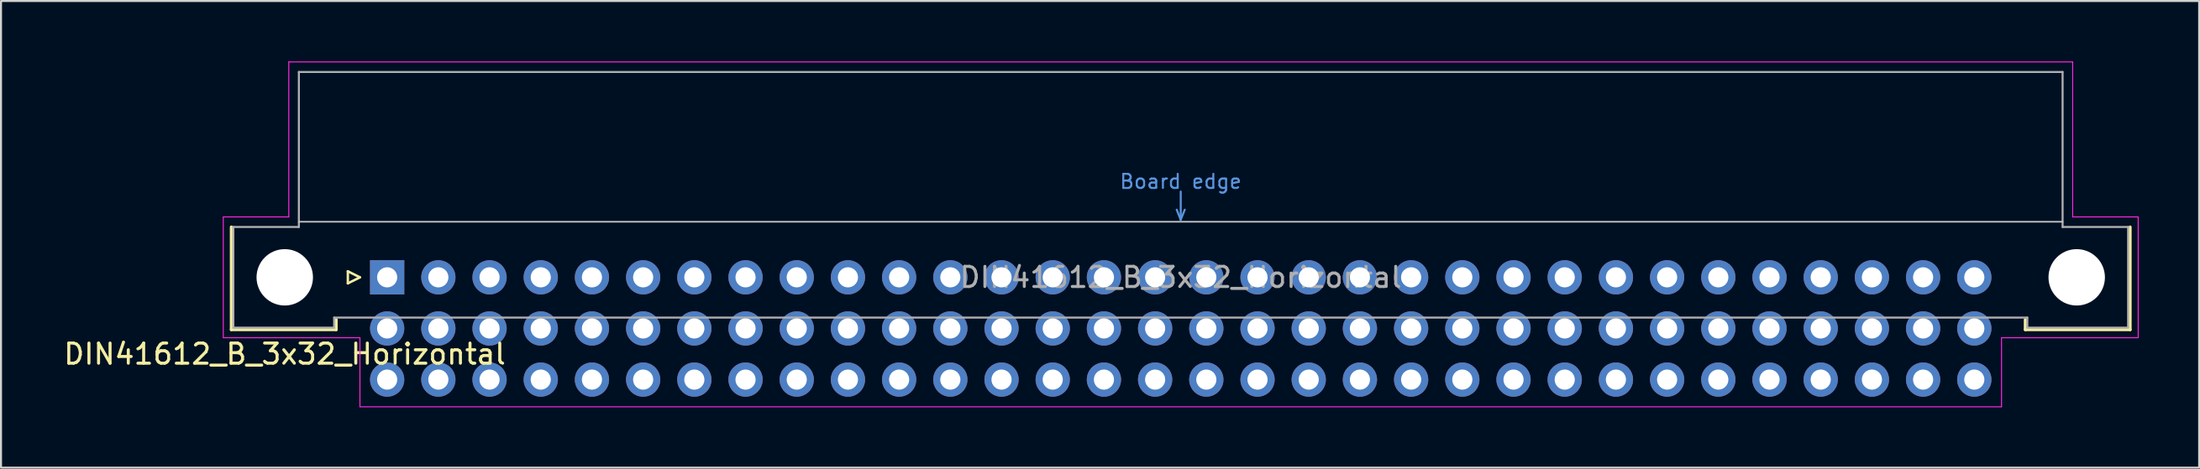
<source format=kicad_pcb>
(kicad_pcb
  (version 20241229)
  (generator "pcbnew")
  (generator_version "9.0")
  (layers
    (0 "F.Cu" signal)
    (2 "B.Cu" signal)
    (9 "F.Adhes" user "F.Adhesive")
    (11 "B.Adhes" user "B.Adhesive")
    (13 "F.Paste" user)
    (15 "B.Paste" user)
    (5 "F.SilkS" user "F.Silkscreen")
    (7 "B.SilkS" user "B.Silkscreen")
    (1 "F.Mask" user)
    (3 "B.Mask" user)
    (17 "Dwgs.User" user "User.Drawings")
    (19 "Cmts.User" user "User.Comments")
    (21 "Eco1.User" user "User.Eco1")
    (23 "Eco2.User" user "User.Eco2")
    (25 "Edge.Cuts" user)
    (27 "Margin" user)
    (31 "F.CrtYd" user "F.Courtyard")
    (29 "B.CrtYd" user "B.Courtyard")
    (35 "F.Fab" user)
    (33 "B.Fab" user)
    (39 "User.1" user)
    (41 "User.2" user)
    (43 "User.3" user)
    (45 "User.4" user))
  (footprint "DIN41612_B_3x32_Horizontal"
    (layer "F.Cu")
    (at 16.157 13.265)
    (property "Reference" "DIN41612_B_3x32_Horizontal" (at -5.08 1.27 0) (layer "F.SilkS") (effects (font (size 1 1) (thickness 0.15))))
    (attr through_hole)
    (fp_line (start -7.73 0.06) (end -7.73 -5.04) (stroke (width 0.15) (type solid)) (layer "F.SilkS"))
    (fp_line (start -2.53 -0.44) (end -2.53 0.06) (stroke (width 0.15) (type solid)) (layer "F.SilkS"))
    (fp_line (start -2.53 0.06) (end -7.73 0.06) (stroke (width 0.15) (type solid)) (layer "F.SilkS"))
    (fp_line (start -1.95 -2.84) (end -1.95 -2.24) (stroke (width 0.12) (type solid)) (layer "F.SilkS"))
    (fp_line (start -1.95 -2.24) (end -1.35 -2.54) (stroke (width 0.12) (type solid)) (layer "F.SilkS"))
    (fp_line (start -1.35 -2.54) (end -1.95 -2.84) (stroke (width 0.12) (type solid)) (layer "F.SilkS"))
    (fp_line (start 81.27 -0.44) (end 81.27 0.06) (stroke (width 0.15) (type solid)) (layer "F.SilkS"))
    (fp_line (start 81.27 0.06) (end 86.47 0.06) (stroke (width 0.15) (type solid)) (layer "F.SilkS"))
    (fp_line (start 86.47 0.06) (end 86.47 -5.04) (stroke (width 0.15) (type solid)) (layer "F.SilkS"))
    (fp_line (start -4.38 -5.3) (end 83.12 -5.3) (stroke (width 0.08) (type solid)) (layer "Dwgs.User"))
    (fp_line (start 39.17 -5.9) (end 39.37 -5.4) (stroke (width 0.1) (type solid)) (layer "Cmts.User"))
    (fp_line (start 39.37 -6.8) (end 39.37 -5.4) (stroke (width 0.1) (type solid)) (layer "Cmts.User"))
    (fp_line (start 39.37 -5.4) (end 39.57 -5.9) (stroke (width 0.1) (type solid)) (layer "Cmts.User"))
    (fp_line (start -8.13 -5.54) (end -4.88 -5.54) (stroke (width 0.05) (type solid)) (layer "F.CrtYd"))
    (fp_line (start -8.13 0.46) (end -8.13 -5.54) (stroke (width 0.05) (type solid)) (layer "F.CrtYd"))
    (fp_line (start -4.88 -13.24) (end 83.62 -13.24) (stroke (width 0.05) (type solid)) (layer "F.CrtYd"))
    (fp_line (start -4.88 -5.54) (end -4.88 -13.24) (stroke (width 0.05) (type solid)) (layer "F.CrtYd"))
    (fp_line (start -1.35 0.46) (end -8.13 0.46) (stroke (width 0.05) (type solid)) (layer "F.CrtYd"))
    (fp_line (start -1.35 3.89) (end -1.35 0.46) (stroke (width 0.05) (type solid)) (layer "F.CrtYd"))
    (fp_line (start 80.09 0.46) (end 80.09 3.89) (stroke (width 0.05) (type solid)) (layer "F.CrtYd"))
    (fp_line (start 80.09 3.89) (end -1.35 3.89) (stroke (width 0.05) (type solid)) (layer "F.CrtYd"))
    (fp_line (start 80.87 0.46) (end 80.09 0.46) (stroke (width 0.05) (type solid)) (layer "F.CrtYd"))
    (fp_line (start 83.62 -13.24) (end 83.62 -5.54) (stroke (width 0.05) (type solid)) (layer "F.CrtYd"))
    (fp_line (start 83.62 -5.54) (end 86.87 -5.54) (stroke (width 0.05) (type solid)) (layer "F.CrtYd"))
    (fp_line (start 86.87 -5.54) (end 86.87 0.46) (stroke (width 0.05) (type solid)) (layer "F.CrtYd"))
    (fp_line (start 86.87 0.46) (end 80.87 0.46) (stroke (width 0.05) (type solid)) (layer "F.CrtYd"))
    (fp_line (start -7.63 -5.04) (end -4.38 -5.04) (stroke (width 0.1) (type solid)) (layer "F.Fab"))
    (fp_line (start -7.63 -0.04) (end -7.63 -5.04) (stroke (width 0.1) (type solid)) (layer "F.Fab"))
    (fp_line (start -4.38 -12.74) (end 83.12 -12.74) (stroke (width 0.1) (type solid)) (layer "F.Fab"))
    (fp_line (start -4.38 -5.04) (end -4.38 -12.74) (stroke (width 0.1) (type solid)) (layer "F.Fab"))
    (fp_line (start -2.63 -0.54) (end -2.63 -0.04) (stroke (width 0.1) (type solid)) (layer "F.Fab"))
    (fp_line (start -2.63 -0.04) (end -7.63 -0.04) (stroke (width 0.1) (type solid)) (layer "F.Fab"))
    (fp_line (start 81.37 -0.54) (end -2.63 -0.54) (stroke (width 0.1) (type solid)) (layer "F.Fab"))
    (fp_line (start 81.37 -0.04) (end 81.37 -0.54) (stroke (width 0.1) (type solid)) (layer "F.Fab"))
    (fp_line (start 83.12 -12.74) (end 83.12 -5.04) (stroke (width 0.1) (type solid)) (layer "F.Fab"))
    (fp_line (start 83.12 -5.04) (end 86.37 -5.04) (stroke (width 0.1) (type solid)) (layer "F.Fab"))
    (fp_line (start 86.37 -5.04) (end 86.37 -0.04) (stroke (width 0.1) (type solid)) (layer "F.Fab"))
    (fp_line (start 86.37 -0.04) (end 81.37 -0.04) (stroke (width 0.1) (type solid)) (layer "F.Fab"))
    (fp_text user "Board edge" (at 39.37 -7.3 0) (layer "Cmts.User") (effects (font (size 0.7 0.7) (thickness 0.1))))
    (fp_text user "${REFERENCE}" (at 39.37 -2.54 0) (layer "F.Fab") (effects (font (size 1 1) (thickness 0.15))))
    (pad "" np_thru_hole circle (at -5.08 -2.54) (size 2.8 2.8) (drill 2.8) (layers "*.Cu" "*.Mask"))
    (pad "" np_thru_hole circle (at 83.82 -2.54) (size 2.8 2.8) (drill 2.8) (layers "*.Cu" "*.Mask"))
    (pad "a1" thru_hole rect (at 0 -2.54) (size 1.7 1.7) (drill 1) (layers "*.Cu" "*.Mask"))
    (pad "a2" thru_hole circle (at 2.54 -2.54) (size 1.7 1.7) (drill 1) (layers "*.Cu" "*.Mask"))
    (pad "a3" thru_hole circle (at 5.08 -2.54) (size 1.7 1.7) (drill 1) (layers "*.Cu" "*.Mask"))
    (pad "a4" thru_hole circle (at 7.62 -2.54) (size 1.7 1.7) (drill 1) (layers "*.Cu" "*.Mask"))
    (pad "a5" thru_hole circle (at 10.16 -2.54) (size 1.7 1.7) (drill 1) (layers "*.Cu" "*.Mask"))
    (pad "a6" thru_hole circle (at 12.7 -2.54) (size 1.7 1.7) (drill 1) (layers "*.Cu" "*.Mask"))
    (pad "a7" thru_hole circle (at 15.24 -2.54) (size 1.7 1.7) (drill 1) (layers "*.Cu" "*.Mask"))
    (pad "a8" thru_hole circle (at 17.78 -2.54) (size 1.7 1.7) (drill 1) (layers "*.Cu" "*.Mask"))
    (pad "a9" thru_hole circle (at 20.32 -2.54) (size 1.7 1.7) (drill 1) (layers "*.Cu" "*.Mask"))
    (pad "a10" thru_hole circle (at 22.86 -2.54) (size 1.7 1.7) (drill 1) (layers "*.Cu" "*.Mask"))
    (pad "a11" thru_hole circle (at 25.4 -2.54) (size 1.7 1.7) (drill 1) (layers "*.Cu" "*.Mask"))
    (pad "a12" thru_hole circle (at 27.94 -2.54) (size 1.7 1.7) (drill 1) (layers "*.Cu" "*.Mask"))
    (pad "a13" thru_hole circle (at 30.48 -2.54) (size 1.7 1.7) (drill 1) (layers "*.Cu" "*.Mask"))
    (pad "a14" thru_hole circle (at 33.02 -2.54) (size 1.7 1.7) (drill 1) (layers "*.Cu" "*.Mask"))
    (pad "a15" thru_hole circle (at 35.56 -2.54) (size 1.7 1.7) (drill 1) (layers "*.Cu" "*.Mask"))
    (pad "a16" thru_hole circle (at 38.1 -2.54) (size 1.7 1.7) (drill 1) (layers "*.Cu" "*.Mask"))
    (pad "a17" thru_hole circle (at 40.64 -2.54) (size 1.7 1.7) (drill 1) (layers "*.Cu" "*.Mask"))
    (pad "a18" thru_hole circle (at 43.18 -2.54) (size 1.7 1.7) (drill 1) (layers "*.Cu" "*.Mask"))
    (pad "a19" thru_hole circle (at 45.72 -2.54) (size 1.7 1.7) (drill 1) (layers "*.Cu" "*.Mask"))
    (pad "a20" thru_hole circle (at 48.26 -2.54) (size 1.7 1.7) (drill 1) (layers "*.Cu" "*.Mask"))
    (pad "a21" thru_hole circle (at 50.8 -2.54) (size 1.7 1.7) (drill 1) (layers "*.Cu" "*.Mask"))
    (pad "a22" thru_hole circle (at 53.34 -2.54) (size 1.7 1.7) (drill 1) (layers "*.Cu" "*.Mask"))
    (pad "a23" thru_hole circle (at 55.88 -2.54) (size 1.7 1.7) (drill 1) (layers "*.Cu" "*.Mask"))
    (pad "a24" thru_hole circle (at 58.42 -2.54) (size 1.7 1.7) (drill 1) (layers "*.Cu" "*.Mask"))
    (pad "a25" thru_hole circle (at 60.96 -2.54) (size 1.7 1.7) (drill 1) (layers "*.Cu" "*.Mask"))
    (pad "a26" thru_hole circle (at 63.5 -2.54) (size 1.7 1.7) (drill 1) (layers "*.Cu" "*.Mask"))
    (pad "a27" thru_hole circle (at 66.04 -2.54) (size 1.7 1.7) (drill 1) (layers "*.Cu" "*.Mask"))
    (pad "a28" thru_hole circle (at 68.58 -2.54) (size 1.7 1.7) (drill 1) (layers "*.Cu" "*.Mask"))
    (pad "a29" thru_hole circle (at 71.12 -2.54) (size 1.7 1.7) (drill 1) (layers "*.Cu" "*.Mask"))
    (pad "a30" thru_hole circle (at 73.66 -2.54) (size 1.7 1.7) (drill 1) (layers "*.Cu" "*.Mask"))
    (pad "a31" thru_hole circle (at 76.2 -2.54) (size 1.7 1.7) (drill 1) (layers "*.Cu" "*.Mask"))
    (pad "a32" thru_hole circle (at 78.74 -2.54) (size 1.7 1.7) (drill 1) (layers "*.Cu" "*.Mask"))
    (pad "b1" thru_hole circle (at 0 0) (size 1.7 1.7) (drill 1) (layers "*.Cu" "*.Mask"))
    (pad "b2" thru_hole circle (at 2.54 0) (size 1.7 1.7) (drill 1) (layers "*.Cu" "*.Mask"))
    (pad "b3" thru_hole circle (at 5.08 0) (size 1.7 1.7) (drill 1) (layers "*.Cu" "*.Mask"))
    (pad "b4" thru_hole circle (at 7.62 0) (size 1.7 1.7) (drill 1) (layers "*.Cu" "*.Mask"))
    (pad "b5" thru_hole circle (at 10.16 0) (size 1.7 1.7) (drill 1) (layers "*.Cu" "*.Mask"))
    (pad "b6" thru_hole circle (at 12.7 0) (size 1.7 1.7) (drill 1) (layers "*.Cu" "*.Mask"))
    (pad "b7" thru_hole circle (at 15.24 0) (size 1.7 1.7) (drill 1) (layers "*.Cu" "*.Mask"))
    (pad "b8" thru_hole circle (at 17.78 0) (size 1.7 1.7) (drill 1) (layers "*.Cu" "*.Mask"))
    (pad "b9" thru_hole circle (at 20.32 0) (size 1.7 1.7) (drill 1) (layers "*.Cu" "*.Mask"))
    (pad "b10" thru_hole circle (at 22.86 0) (size 1.7 1.7) (drill 1) (layers "*.Cu" "*.Mask"))
    (pad "b11" thru_hole circle (at 25.4 0) (size 1.7 1.7) (drill 1) (layers "*.Cu" "*.Mask"))
    (pad "b12" thru_hole circle (at 27.94 0) (size 1.7 1.7) (drill 1) (layers "*.Cu" "*.Mask"))
    (pad "b13" thru_hole circle (at 30.48 0) (size 1.7 1.7) (drill 1) (layers "*.Cu" "*.Mask"))
    (pad "b14" thru_hole circle (at 33.02 0) (size 1.7 1.7) (drill 1) (layers "*.Cu" "*.Mask"))
    (pad "b15" thru_hole circle (at 35.56 0) (size 1.7 1.7) (drill 1) (layers "*.Cu" "*.Mask"))
    (pad "b16" thru_hole circle (at 38.1 0) (size 1.7 1.7) (drill 1) (layers "*.Cu" "*.Mask"))
    (pad "b17" thru_hole circle (at 40.64 0) (size 1.7 1.7) (drill 1) (layers "*.Cu" "*.Mask"))
    (pad "b18" thru_hole circle (at 43.18 0) (size 1.7 1.7) (drill 1) (layers "*.Cu" "*.Mask"))
    (pad "b19" thru_hole circle (at 45.72 0) (size 1.7 1.7) (drill 1) (layers "*.Cu" "*.Mask"))
    (pad "b20" thru_hole circle (at 48.26 0) (size 1.7 1.7) (drill 1) (layers "*.Cu" "*.Mask"))
    (pad "b21" thru_hole circle (at 50.8 0) (size 1.7 1.7) (drill 1) (layers "*.Cu" "*.Mask"))
    (pad "b22" thru_hole circle (at 53.34 0) (size 1.7 1.7) (drill 1) (layers "*.Cu" "*.Mask"))
    (pad "b23" thru_hole circle (at 55.88 0) (size 1.7 1.7) (drill 1) (layers "*.Cu" "*.Mask"))
    (pad "b24" thru_hole circle (at 58.42 0) (size 1.7 1.7) (drill 1) (layers "*.Cu" "*.Mask"))
    (pad "b25" thru_hole circle (at 60.96 0) (size 1.7 1.7) (drill 1) (layers "*.Cu" "*.Mask"))
    (pad "b26" thru_hole circle (at 63.5 0) (size 1.7 1.7) (drill 1) (layers "*.Cu" "*.Mask"))
    (pad "b27" thru_hole circle (at 66.04 0) (size 1.7 1.7) (drill 1) (layers "*.Cu" "*.Mask"))
    (pad "b28" thru_hole circle (at 68.58 0) (size 1.7 1.7) (drill 1) (layers "*.Cu" "*.Mask"))
    (pad "b29" thru_hole circle (at 71.12 0) (size 1.7 1.7) (drill 1) (layers "*.Cu" "*.Mask"))
    (pad "b30" thru_hole circle (at 73.66 0) (size 1.7 1.7) (drill 1) (layers "*.Cu" "*.Mask"))
    (pad "b31" thru_hole circle (at 76.2 0) (size 1.7 1.7) (drill 1) (layers "*.Cu" "*.Mask"))
    (pad "b32" thru_hole circle (at 78.74 0) (size 1.7 1.7) (drill 1) (layers "*.Cu" "*.Mask"))
    (pad "c1" thru_hole circle (at 0 2.54) (size 1.7 1.7) (drill 1) (layers "*.Cu" "*.Mask"))
    (pad "c2" thru_hole circle (at 2.54 2.54) (size 1.7 1.7) (drill 1) (layers "*.Cu" "*.Mask"))
    (pad "c3" thru_hole circle (at 5.08 2.54) (size 1.7 1.7) (drill 1) (layers "*.Cu" "*.Mask"))
    (pad "c4" thru_hole circle (at 7.62 2.54) (size 1.7 1.7) (drill 1) (layers "*.Cu" "*.Mask"))
    (pad "c5" thru_hole circle (at 10.16 2.54) (size 1.7 1.7) (drill 1) (layers "*.Cu" "*.Mask"))
    (pad "c6" thru_hole circle (at 12.7 2.54) (size 1.7 1.7) (drill 1) (layers "*.Cu" "*.Mask"))
    (pad "c7" thru_hole circle (at 15.24 2.54) (size 1.7 1.7) (drill 1) (layers "*.Cu" "*.Mask"))
    (pad "c8" thru_hole circle (at 17.78 2.54) (size 1.7 1.7) (drill 1) (layers "*.Cu" "*.Mask"))
    (pad "c9" thru_hole circle (at 20.32 2.54) (size 1.7 1.7) (drill 1) (layers "*.Cu" "*.Mask"))
    (pad "c10" thru_hole circle (at 22.86 2.54) (size 1.7 1.7) (drill 1) (layers "*.Cu" "*.Mask"))
    (pad "c11" thru_hole circle (at 25.4 2.54) (size 1.7 1.7) (drill 1) (layers "*.Cu" "*.Mask"))
    (pad "c12" thru_hole circle (at 27.94 2.54) (size 1.7 1.7) (drill 1) (layers "*.Cu" "*.Mask"))
    (pad "c13" thru_hole circle (at 30.48 2.54) (size 1.7 1.7) (drill 1) (layers "*.Cu" "*.Mask"))
    (pad "c14" thru_hole circle (at 33.02 2.54) (size 1.7 1.7) (drill 1) (layers "*.Cu" "*.Mask"))
    (pad "c15" thru_hole circle (at 35.56 2.54) (size 1.7 1.7) (drill 1) (layers "*.Cu" "*.Mask"))
    (pad "c16" thru_hole circle (at 38.1 2.54) (size 1.7 1.7) (drill 1) (layers "*.Cu" "*.Mask"))
    (pad "c17" thru_hole circle (at 40.64 2.54) (size 1.7 1.7) (drill 1) (layers "*.Cu" "*.Mask"))
    (pad "c18" thru_hole circle (at 43.18 2.54) (size 1.7 1.7) (drill 1) (layers "*.Cu" "*.Mask"))
    (pad "c19" thru_hole circle (at 45.72 2.54) (size 1.7 1.7) (drill 1) (layers "*.Cu" "*.Mask"))
    (pad "c20" thru_hole circle (at 48.26 2.54) (size 1.7 1.7) (drill 1) (layers "*.Cu" "*.Mask"))
    (pad "c21" thru_hole circle (at 50.8 2.54) (size 1.7 1.7) (drill 1) (layers "*.Cu" "*.Mask"))
    (pad "c22" thru_hole circle (at 53.34 2.54) (size 1.7 1.7) (drill 1) (layers "*.Cu" "*.Mask"))
    (pad "c23" thru_hole circle (at 55.88 2.54) (size 1.7 1.7) (drill 1) (layers "*.Cu" "*.Mask"))
    (pad "c24" thru_hole circle (at 58.42 2.54) (size 1.7 1.7) (drill 1) (layers "*.Cu" "*.Mask"))
    (pad "c25" thru_hole circle (at 60.96 2.54) (size 1.7 1.7) (drill 1) (layers "*.Cu" "*.Mask"))
    (pad "c26" thru_hole circle (at 63.5 2.54) (size 1.7 1.7) (drill 1) (layers "*.Cu" "*.Mask"))
    (pad "c27" thru_hole circle (at 66.04 2.54) (size 1.7 1.7) (drill 1) (layers "*.Cu" "*.Mask"))
    (pad "c28" thru_hole circle (at 68.58 2.54) (size 1.7 1.7) (drill 1) (layers "*.Cu" "*.Mask"))
    (pad "c29" thru_hole circle (at 71.12 2.54) (size 1.7 1.7) (drill 1) (layers "*.Cu" "*.Mask"))
    (pad "c30" thru_hole circle (at 73.66 2.54) (size 1.7 1.7) (drill 1) (layers "*.Cu" "*.Mask"))
    (pad "c31" thru_hole circle (at 76.2 2.54) (size 1.7 1.7) (drill 1) (layers "*.Cu" "*.Mask"))
    (pad "c32" thru_hole circle (at 78.74 2.54) (size 1.7 1.7) (drill 1) (layers "*.Cu" "*.Mask")))
  (gr_rect
    (start -3 -3)
    (end 106.052 20.18)
    (stroke (width 0.1) (type default))
    (fill no)
    (layer "Edge.Cuts")))
</source>
